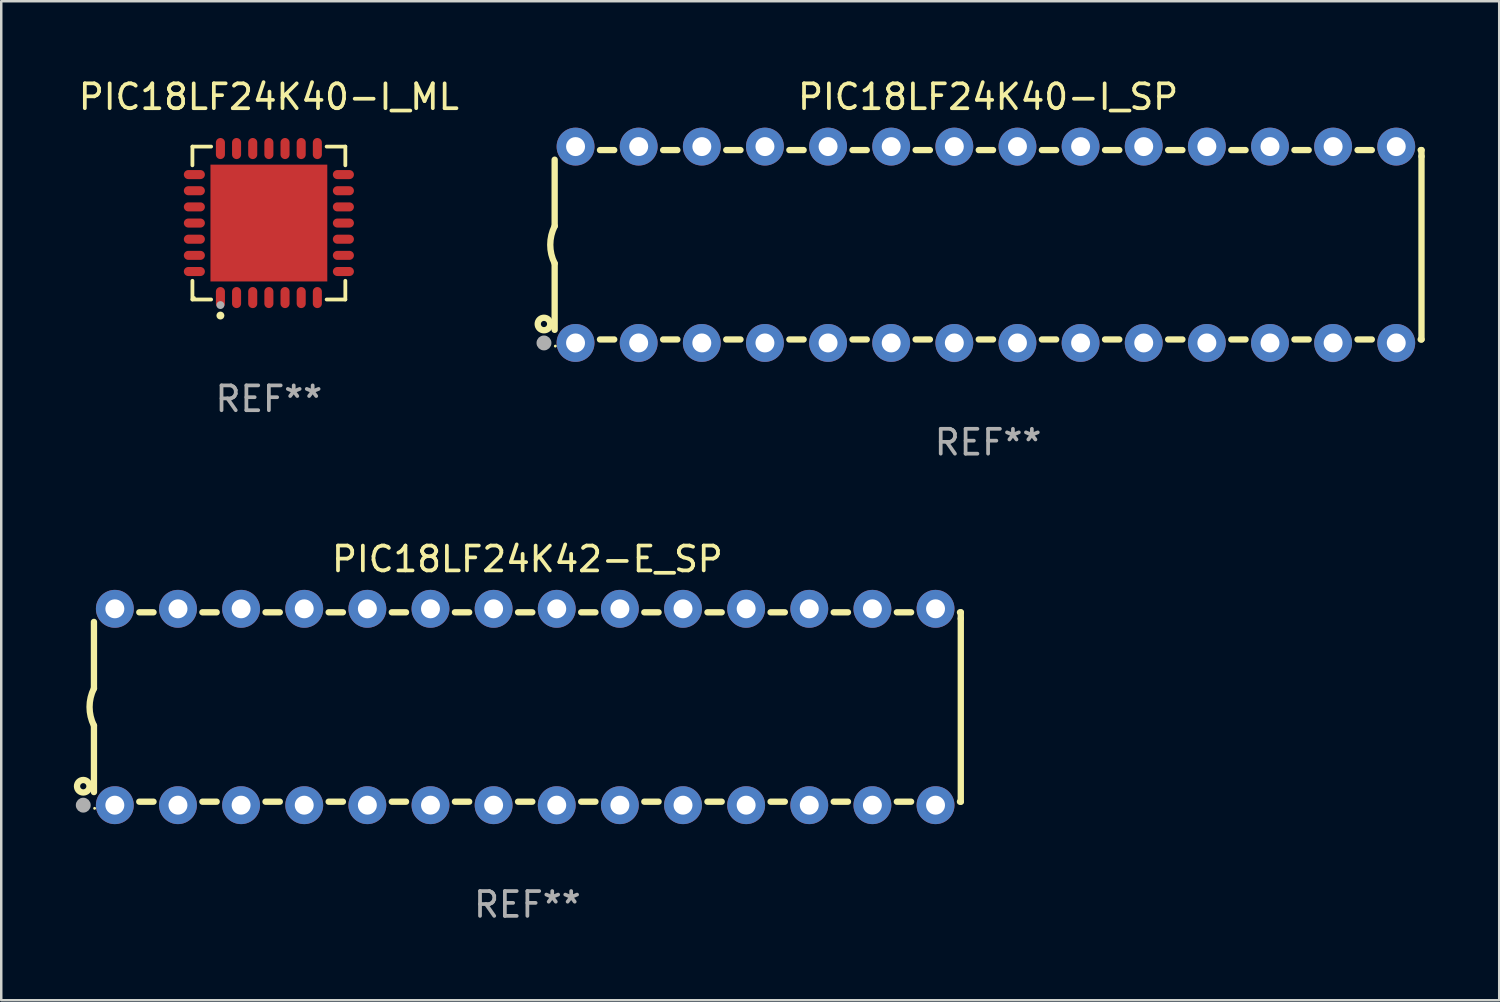
<source format=kicad_pcb>
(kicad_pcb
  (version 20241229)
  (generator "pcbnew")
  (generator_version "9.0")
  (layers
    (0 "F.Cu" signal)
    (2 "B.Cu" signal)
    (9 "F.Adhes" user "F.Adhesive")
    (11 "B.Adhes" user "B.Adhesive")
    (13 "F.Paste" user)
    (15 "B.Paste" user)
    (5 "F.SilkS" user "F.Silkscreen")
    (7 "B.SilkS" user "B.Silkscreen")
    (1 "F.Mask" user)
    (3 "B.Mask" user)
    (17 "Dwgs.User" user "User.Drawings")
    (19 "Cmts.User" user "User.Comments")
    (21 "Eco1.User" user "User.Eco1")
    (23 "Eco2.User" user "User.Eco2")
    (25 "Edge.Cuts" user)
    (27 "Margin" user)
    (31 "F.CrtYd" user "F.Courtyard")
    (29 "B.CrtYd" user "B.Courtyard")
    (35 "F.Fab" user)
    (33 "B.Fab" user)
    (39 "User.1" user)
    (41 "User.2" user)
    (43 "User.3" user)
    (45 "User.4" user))
  (footprint "PIC18LF24K42-E_SP"
    (layer "F.Cu")
    (at 18.168 25.395)
    (property "Reference" "PIC18LF24K42-E_SP" (at 0 -5.95 0) (layer "F.SilkS") (effects (font (size 1 1) (thickness 0.15))))
    (attr through_hole)
    (fp_line (start -17.438 0.75) (end -17.438 3.423) (stroke (width 0.254) (type solid)) (layer "F.SilkS"))
    (fp_line (start -17.438 -3.423) (end -17.438 -0.75) (stroke (width 0.254) (type solid)) (layer "F.SilkS"))
    (fp_line (start -15.615 3.81) (end -15.041 3.81) (stroke (width 0.254) (type solid)) (layer "F.SilkS"))
    (fp_line (start -15.041 -3.81) (end -15.614 -3.81) (stroke (width 0.254) (type solid)) (layer "F.SilkS"))
    (fp_line (start -13.075 3.81) (end -12.501 3.81) (stroke (width 0.254) (type solid)) (layer "F.SilkS"))
    (fp_line (start -12.501 -3.81) (end -13.074 -3.81) (stroke (width 0.254) (type solid)) (layer "F.SilkS"))
    (fp_line (start -10.535 3.81) (end -9.961 3.81) (stroke (width 0.254) (type solid)) (layer "F.SilkS"))
    (fp_line (start -9.961 -3.81) (end -10.534 -3.81) (stroke (width 0.254) (type solid)) (layer "F.SilkS"))
    (fp_line (start -7.995 3.81) (end -7.421 3.81) (stroke (width 0.254) (type solid)) (layer "F.SilkS"))
    (fp_line (start -7.421 -3.81) (end -7.995 -3.81) (stroke (width 0.254) (type solid)) (layer "F.SilkS"))
    (fp_line (start -5.455 3.81) (end -4.881 3.81) (stroke (width 0.254) (type solid)) (layer "F.SilkS"))
    (fp_line (start -4.881 -3.81) (end -5.455 -3.81) (stroke (width 0.254) (type solid)) (layer "F.SilkS"))
    (fp_line (start -2.915 3.81) (end -2.341 3.81) (stroke (width 0.254) (type solid)) (layer "F.SilkS"))
    (fp_line (start -2.341 -3.81) (end -2.915 -3.81) (stroke (width 0.254) (type solid)) (layer "F.SilkS"))
    (fp_line (start -0.375 3.81) (end 0.199 3.81) (stroke (width 0.254) (type solid)) (layer "F.SilkS"))
    (fp_line (start 0.199 -3.81) (end -0.375 -3.81) (stroke (width 0.254) (type solid)) (layer "F.SilkS"))
    (fp_line (start 2.165 3.81) (end 2.739 3.81) (stroke (width 0.254) (type solid)) (layer "F.SilkS"))
    (fp_line (start 2.739 -3.81) (end 2.165 -3.81) (stroke (width 0.254) (type solid)) (layer "F.SilkS"))
    (fp_line (start 4.705 3.81) (end 5.279 3.81) (stroke (width 0.254) (type solid)) (layer "F.SilkS"))
    (fp_line (start 5.279 -3.81) (end 4.705 -3.81) (stroke (width 0.254) (type solid)) (layer "F.SilkS"))
    (fp_line (start 7.245 3.81) (end 7.819 3.81) (stroke (width 0.254) (type solid)) (layer "F.SilkS"))
    (fp_line (start 7.819 -3.81) (end 7.245 -3.81) (stroke (width 0.254) (type solid)) (layer "F.SilkS"))
    (fp_line (start 9.785 3.81) (end 10.359 3.81) (stroke (width 0.254) (type solid)) (layer "F.SilkS"))
    (fp_line (start 10.359 -3.81) (end 9.785 -3.81) (stroke (width 0.254) (type solid)) (layer "F.SilkS"))
    (fp_line (start 12.325 3.81) (end 12.899 3.81) (stroke (width 0.254) (type solid)) (layer "F.SilkS"))
    (fp_line (start 12.899 -3.81) (end 12.325 -3.81) (stroke (width 0.254) (type solid)) (layer "F.SilkS"))
    (fp_line (start 14.865 3.81) (end 15.439 3.81) (stroke (width 0.254) (type solid)) (layer "F.SilkS"))
    (fp_line (start 15.439 -3.81) (end 14.865 -3.81) (stroke (width 0.254) (type solid)) (layer "F.SilkS"))
    (fp_line (start 17.405 3.81) (end 17.438 3.81) (stroke (width 0.254) (type solid)) (layer "F.SilkS"))
    (fp_line (start 17.438 -3.81) (end 17.405 -3.81) (stroke (width 0.254) (type solid)) (layer "F.SilkS"))
    (fp_line (start 17.438 -3.556) (end 17.438 -3.81) (stroke (width 0.254) (type solid)) (layer "F.SilkS"))
    (fp_line (start 17.438 3.81) (end 17.438 -3.556) (stroke (width 0.254) (type solid)) (layer "F.SilkS"))
    (fp_arc (start -17.437986 0.749657) (mid -17.614887 -0.000024) (end -17.437783 -0.749657) (stroke (width 0.254001) (type solid)) (layer "F.SilkS"))
    (fp_circle (center -17.868 3.188) (end -17.743 3.188) (stroke (width 0.254) (type solid)) (fill no) (layer "F.SilkS"))
    (fp_circle (center -17.411 4.077) (end -17.381 4.077) (stroke (width 0.06) (type solid)) (fill no) (layer "F.SilkS"))
    (fp_circle (center -17.868 3.95) (end -17.718 3.95) (stroke (width 0.3) (type solid)) (fill no) (layer "F.Fab"))
    (fp_text user "REF**" (at 0 7.95 0) (layer "F.Fab") (effects (font (size 1 1) (thickness 0.15))))
    (pad "1" thru_hole circle (at -16.598 3.95) (size 1.524 1.524) (drill 0.762) (layers "*.Cu" "*.Mask"))
    (pad "2" thru_hole circle (at -14.058 3.95) (size 1.524 1.524) (drill 0.762) (layers "*.Cu" "*.Mask"))
    (pad "3" thru_hole circle (at -11.518 3.95) (size 1.524 1.524) (drill 0.762) (layers "*.Cu" "*.Mask"))
    (pad "4" thru_hole circle (at -8.978 3.95) (size 1.524 1.524) (drill 0.762) (layers "*.Cu" "*.Mask"))
    (pad "5" thru_hole circle (at -6.438 3.95) (size 1.524 1.524) (drill 0.762) (layers "*.Cu" "*.Mask"))
    (pad "6" thru_hole circle (at -3.898 3.95) (size 1.524 1.524) (drill 0.762) (layers "*.Cu" "*.Mask"))
    (pad "7" thru_hole circle (at -1.358 3.95) (size 1.524 1.524) (drill 0.762) (layers "*.Cu" "*.Mask"))
    (pad "8" thru_hole circle (at 1.182 3.95) (size 1.524 1.524) (drill 0.762) (layers "*.Cu" "*.Mask"))
    (pad "9" thru_hole circle (at 3.722 3.95) (size 1.524 1.524) (drill 0.762) (layers "*.Cu" "*.Mask"))
    (pad "10" thru_hole circle (at 6.262 3.95) (size 1.524 1.524) (drill 0.762) (layers "*.Cu" "*.Mask"))
    (pad "11" thru_hole circle (at 8.802 3.95) (size 1.524 1.524) (drill 0.762) (layers "*.Cu" "*.Mask"))
    (pad "12" thru_hole circle (at 11.342 3.95) (size 1.524 1.524) (drill 0.762) (layers "*.Cu" "*.Mask"))
    (pad "13" thru_hole circle (at 13.882 3.95) (size 1.524 1.524) (drill 0.762) (layers "*.Cu" "*.Mask"))
    (pad "14" thru_hole circle (at 16.422 3.95) (size 1.524 1.524) (drill 0.762) (layers "*.Cu" "*.Mask"))
    (pad "15" thru_hole circle (at 16.422 -3.95) (size 1.524 1.524) (drill 0.762) (layers "*.Cu" "*.Mask"))
    (pad "16" thru_hole circle (at 13.882 -3.95) (size 1.524 1.524) (drill 0.762) (layers "*.Cu" "*.Mask"))
    (pad "17" thru_hole circle (at 11.342 -3.95) (size 1.524 1.524) (drill 0.762) (layers "*.Cu" "*.Mask"))
    (pad "18" thru_hole circle (at 8.802 -3.95) (size 1.524 1.524) (drill 0.762) (layers "*.Cu" "*.Mask"))
    (pad "19" thru_hole circle (at 6.262 -3.95) (size 1.524 1.524) (drill 0.762) (layers "*.Cu" "*.Mask"))
    (pad "20" thru_hole circle (at 3.722 -3.95) (size 1.524 1.524) (drill 0.762) (layers "*.Cu" "*.Mask"))
    (pad "21" thru_hole circle (at 1.182 -3.95) (size 1.524 1.524) (drill 0.762) (layers "*.Cu" "*.Mask"))
    (pad "22" thru_hole circle (at -1.358 -3.95) (size 1.524 1.524) (drill 0.762) (layers "*.Cu" "*.Mask"))
    (pad "23" thru_hole circle (at -3.898 -3.95) (size 1.524 1.524) (drill 0.762) (layers "*.Cu" "*.Mask"))
    (pad "24" thru_hole circle (at -6.438 -3.95) (size 1.524 1.524) (drill 0.762) (layers "*.Cu" "*.Mask"))
    (pad "25" thru_hole circle (at -8.978 -3.95) (size 1.524 1.524) (drill 0.762) (layers "*.Cu" "*.Mask"))
    (pad "26" thru_hole circle (at -11.517 -3.95) (size 1.524 1.524) (drill 0.762) (layers "*.Cu" "*.Mask"))
    (pad "27" thru_hole circle (at -14.057 -3.95) (size 1.524 1.524) (drill 0.762) (layers "*.Cu" "*.Mask"))
    (pad "28" thru_hole circle (at -16.597 -3.95) (size 1.524 1.524) (drill 0.762) (layers "*.Cu" "*.Mask")))
  (footprint "PIC18LF24K40-I_ML"
    (layer "F.Cu")
    (at 7.768 5.924)
    (property "Reference" "PIC18LF24K40-I_ML" (at 0 -5.076 0) (layer "F.SilkS") (effects (font (size 1 1) (thickness 0.15))))
    (attr through_hole)
    (fp_line (start -3.076 -3.076) (end -2.323 -3.076) (stroke (width 0.152) (type solid)) (layer "F.SilkS"))
    (fp_line (start -3.076 -2.323) (end -3.076 -3.076) (stroke (width 0.152) (type solid)) (layer "F.SilkS"))
    (fp_line (start -3.076 2.323) (end -3.076 3.076) (stroke (width 0.152) (type solid)) (layer "F.SilkS"))
    (fp_line (start -3.076 3.076) (end -2.323 3.076) (stroke (width 0.152) (type solid)) (layer "F.SilkS"))
    (fp_line (start 3.076 -3.076) (end 2.323 -3.076) (stroke (width 0.152) (type solid)) (layer "F.SilkS"))
    (fp_line (start 3.076 -2.323) (end 3.076 -3.076) (stroke (width 0.152) (type solid)) (layer "F.SilkS"))
    (fp_line (start 3.076 2.323) (end 3.076 3.076) (stroke (width 0.152) (type solid)) (layer "F.SilkS"))
    (fp_line (start 3.076 3.076) (end 2.323 3.076) (stroke (width 0.152) (type solid)) (layer "F.SilkS"))
    (fp_circle (center -3 3) (end -2.97 3) (stroke (width 0.06) (type solid)) (fill no) (layer "F.SilkS"))
    (fp_circle (center -1.95 3.722) (end -1.87 3.722) (stroke (width 0.16) (type solid)) (fill no) (layer "F.SilkS"))
    (fp_circle (center -1.95 3.3) (end -1.87 3.3) (stroke (width 0.16) (type solid)) (fill no) (layer "F.Fab"))
    (fp_text user "REF**" (at 0 7.076 0) (layer "F.Fab") (effects (font (size 1 1) (thickness 0.15))))
    (pad "1" smd oval (at -1.95 2.998) (size 0.364 0.847) (layers "F.Cu" "F.Mask" "F.Paste"))
    (pad "2" smd oval (at -1.3 2.998) (size 0.364 0.847) (layers "F.Cu" "F.Mask" "F.Paste"))
    (pad "3" smd oval (at -0.65 2.998) (size 0.364 0.847) (layers "F.Cu" "F.Mask" "F.Paste"))
    (pad "4" smd oval (at 0 2.998) (size 0.364 0.847) (layers "F.Cu" "F.Mask" "F.Paste"))
    (pad "5" smd oval (at 0.65 2.998) (size 0.364 0.847) (layers "F.Cu" "F.Mask" "F.Paste"))
    (pad "6" smd oval (at 1.3 2.998) (size 0.364 0.847) (layers "F.Cu" "F.Mask" "F.Paste"))
    (pad "7" smd oval (at 1.95 2.998) (size 0.364 0.847) (layers "F.Cu" "F.Mask" "F.Paste"))
    (pad "8" smd oval (at 2.998 1.95) (size 0.847 0.364) (layers "F.Cu" "F.Mask" "F.Paste"))
    (pad "9" smd oval (at 2.998 1.3) (size 0.847 0.364) (layers "F.Cu" "F.Mask" "F.Paste"))
    (pad "10" smd oval (at 2.998 0.65) (size 0.847 0.364) (layers "F.Cu" "F.Mask" "F.Paste"))
    (pad "11" smd oval (at 2.998 0) (size 0.847 0.364) (layers "F.Cu" "F.Mask" "F.Paste"))
    (pad "12" smd oval (at 2.998 -0.65) (size 0.847 0.364) (layers "F.Cu" "F.Mask" "F.Paste"))
    (pad "13" smd oval (at 2.998 -1.3) (size 0.847 0.364) (layers "F.Cu" "F.Mask" "F.Paste"))
    (pad "14" smd oval (at 2.998 -1.95) (size 0.847 0.364) (layers "F.Cu" "F.Mask" "F.Paste"))
    (pad "15" smd oval (at 1.95 -2.998) (size 0.364 0.847) (layers "F.Cu" "F.Mask" "F.Paste"))
    (pad "16" smd oval (at 1.3 -2.998) (size 0.364 0.847) (layers "F.Cu" "F.Mask" "F.Paste"))
    (pad "17" smd oval (at 0.65 -2.998) (size 0.364 0.847) (layers "F.Cu" "F.Mask" "F.Paste"))
    (pad "18" smd oval (at 0 -2.998) (size 0.364 0.847) (layers "F.Cu" "F.Mask" "F.Paste"))
    (pad "19" smd oval (at -0.65 -2.998) (size 0.364 0.847) (layers "F.Cu" "F.Mask" "F.Paste"))
    (pad "20" smd oval (at -1.3 -2.998) (size 0.364 0.847) (layers "F.Cu" "F.Mask" "F.Paste"))
    (pad "21" smd oval (at -1.95 -2.998) (size 0.364 0.847) (layers "F.Cu" "F.Mask" "F.Paste"))
    (pad "22" smd oval (at -2.998 -1.95) (size 0.847 0.364) (layers "F.Cu" "F.Mask" "F.Paste"))
    (pad "23" smd oval (at -2.998 -1.3) (size 0.847 0.364) (layers "F.Cu" "F.Mask" "F.Paste"))
    (pad "24" smd oval (at -2.998 -0.65) (size 0.847 0.364) (layers "F.Cu" "F.Mask" "F.Paste"))
    (pad "25" smd oval (at -2.998 0) (size 0.847 0.364) (layers "F.Cu" "F.Mask" "F.Paste"))
    (pad "26" smd oval (at -2.998 0.65) (size 0.847 0.364) (layers "F.Cu" "F.Mask" "F.Paste"))
    (pad "27" smd oval (at -2.998 1.3) (size 0.847 0.364) (layers "F.Cu" "F.Mask" "F.Paste"))
    (pad "28" smd oval (at -2.998 1.95) (size 0.847 0.364) (layers "F.Cu" "F.Mask" "F.Paste"))
    (pad "29" smd rect (at 0 0) (size 4.7 4.7) (layers "F.Cu" "F.Mask" "F.Paste")))
  (footprint "PIC18LF24K40-I_SP"
    (layer "F.Cu")
    (at 36.704 6.798)
    (property "Reference" "PIC18LF24K40-I_SP" (at 0 -5.95 0) (layer "F.SilkS") (effects (font (size 1 1) (thickness 0.15))))
    (attr through_hole)
    (fp_line (start -17.438 0.75) (end -17.438 3.423) (stroke (width 0.254) (type solid)) (layer "F.SilkS"))
    (fp_line (start -17.438 -3.423) (end -17.438 -0.75) (stroke (width 0.254) (type solid)) (layer "F.SilkS"))
    (fp_line (start -15.615 3.81) (end -15.041 3.81) (stroke (width 0.254) (type solid)) (layer "F.SilkS"))
    (fp_line (start -15.041 -3.81) (end -15.614 -3.81) (stroke (width 0.254) (type solid)) (layer "F.SilkS"))
    (fp_line (start -13.075 3.81) (end -12.501 3.81) (stroke (width 0.254) (type solid)) (layer "F.SilkS"))
    (fp_line (start -12.501 -3.81) (end -13.074 -3.81) (stroke (width 0.254) (type solid)) (layer "F.SilkS"))
    (fp_line (start -10.535 3.81) (end -9.961 3.81) (stroke (width 0.254) (type solid)) (layer "F.SilkS"))
    (fp_line (start -9.961 -3.81) (end -10.534 -3.81) (stroke (width 0.254) (type solid)) (layer "F.SilkS"))
    (fp_line (start -7.995 3.81) (end -7.421 3.81) (stroke (width 0.254) (type solid)) (layer "F.SilkS"))
    (fp_line (start -7.421 -3.81) (end -7.995 -3.81) (stroke (width 0.254) (type solid)) (layer "F.SilkS"))
    (fp_line (start -5.455 3.81) (end -4.881 3.81) (stroke (width 0.254) (type solid)) (layer "F.SilkS"))
    (fp_line (start -4.881 -3.81) (end -5.455 -3.81) (stroke (width 0.254) (type solid)) (layer "F.SilkS"))
    (fp_line (start -2.915 3.81) (end -2.341 3.81) (stroke (width 0.254) (type solid)) (layer "F.SilkS"))
    (fp_line (start -2.341 -3.81) (end -2.915 -3.81) (stroke (width 0.254) (type solid)) (layer "F.SilkS"))
    (fp_line (start -0.375 3.81) (end 0.199 3.81) (stroke (width 0.254) (type solid)) (layer "F.SilkS"))
    (fp_line (start 0.199 -3.81) (end -0.375 -3.81) (stroke (width 0.254) (type solid)) (layer "F.SilkS"))
    (fp_line (start 2.165 3.81) (end 2.739 3.81) (stroke (width 0.254) (type solid)) (layer "F.SilkS"))
    (fp_line (start 2.739 -3.81) (end 2.165 -3.81) (stroke (width 0.254) (type solid)) (layer "F.SilkS"))
    (fp_line (start 4.705 3.81) (end 5.279 3.81) (stroke (width 0.254) (type solid)) (layer "F.SilkS"))
    (fp_line (start 5.279 -3.81) (end 4.705 -3.81) (stroke (width 0.254) (type solid)) (layer "F.SilkS"))
    (fp_line (start 7.245 3.81) (end 7.819 3.81) (stroke (width 0.254) (type solid)) (layer "F.SilkS"))
    (fp_line (start 7.819 -3.81) (end 7.245 -3.81) (stroke (width 0.254) (type solid)) (layer "F.SilkS"))
    (fp_line (start 9.785 3.81) (end 10.359 3.81) (stroke (width 0.254) (type solid)) (layer "F.SilkS"))
    (fp_line (start 10.359 -3.81) (end 9.785 -3.81) (stroke (width 0.254) (type solid)) (layer "F.SilkS"))
    (fp_line (start 12.325 3.81) (end 12.899 3.81) (stroke (width 0.254) (type solid)) (layer "F.SilkS"))
    (fp_line (start 12.899 -3.81) (end 12.325 -3.81) (stroke (width 0.254) (type solid)) (layer "F.SilkS"))
    (fp_line (start 14.865 3.81) (end 15.439 3.81) (stroke (width 0.254) (type solid)) (layer "F.SilkS"))
    (fp_line (start 15.439 -3.81) (end 14.865 -3.81) (stroke (width 0.254) (type solid)) (layer "F.SilkS"))
    (fp_line (start 17.405 3.81) (end 17.438 3.81) (stroke (width 0.254) (type solid)) (layer "F.SilkS"))
    (fp_line (start 17.438 -3.81) (end 17.405 -3.81) (stroke (width 0.254) (type solid)) (layer "F.SilkS"))
    (fp_line (start 17.438 -3.556) (end 17.438 -3.81) (stroke (width 0.254) (type solid)) (layer "F.SilkS"))
    (fp_line (start 17.438 3.81) (end 17.438 -3.556) (stroke (width 0.254) (type solid)) (layer "F.SilkS"))
    (fp_arc (start -17.437986 0.749657) (mid -17.614887 -0.000024) (end -17.437783 -0.749657) (stroke (width 0.254001) (type solid)) (layer "F.SilkS"))
    (fp_circle (center -17.868 3.188) (end -17.743 3.188) (stroke (width 0.254) (type solid)) (fill no) (layer "F.SilkS"))
    (fp_circle (center -17.411 4.077) (end -17.381 4.077) (stroke (width 0.06) (type solid)) (fill no) (layer "F.SilkS"))
    (fp_circle (center -17.868 3.95) (end -17.718 3.95) (stroke (width 0.3) (type solid)) (fill no) (layer "F.Fab"))
    (fp_text user "REF**" (at 0 7.95 0) (layer "F.Fab") (effects (font (size 1 1) (thickness 0.15))))
    (pad "1" thru_hole circle (at -16.598 3.95) (size 1.524 1.524) (drill 0.762) (layers "*.Cu" "*.Mask"))
    (pad "2" thru_hole circle (at -14.058 3.95) (size 1.524 1.524) (drill 0.762) (layers "*.Cu" "*.Mask"))
    (pad "3" thru_hole circle (at -11.518 3.95) (size 1.524 1.524) (drill 0.762) (layers "*.Cu" "*.Mask"))
    (pad "4" thru_hole circle (at -8.978 3.95) (size 1.524 1.524) (drill 0.762) (layers "*.Cu" "*.Mask"))
    (pad "5" thru_hole circle (at -6.438 3.95) (size 1.524 1.524) (drill 0.762) (layers "*.Cu" "*.Mask"))
    (pad "6" thru_hole circle (at -3.898 3.95) (size 1.524 1.524) (drill 0.762) (layers "*.Cu" "*.Mask"))
    (pad "7" thru_hole circle (at -1.358 3.95) (size 1.524 1.524) (drill 0.762) (layers "*.Cu" "*.Mask"))
    (pad "8" thru_hole circle (at 1.182 3.95) (size 1.524 1.524) (drill 0.762) (layers "*.Cu" "*.Mask"))
    (pad "9" thru_hole circle (at 3.722 3.95) (size 1.524 1.524) (drill 0.762) (layers "*.Cu" "*.Mask"))
    (pad "10" thru_hole circle (at 6.262 3.95) (size 1.524 1.524) (drill 0.762) (layers "*.Cu" "*.Mask"))
    (pad "11" thru_hole circle (at 8.802 3.95) (size 1.524 1.524) (drill 0.762) (layers "*.Cu" "*.Mask"))
    (pad "12" thru_hole circle (at 11.342 3.95) (size 1.524 1.524) (drill 0.762) (layers "*.Cu" "*.Mask"))
    (pad "13" thru_hole circle (at 13.882 3.95) (size 1.524 1.524) (drill 0.762) (layers "*.Cu" "*.Mask"))
    (pad "14" thru_hole circle (at 16.422 3.95) (size 1.524 1.524) (drill 0.762) (layers "*.Cu" "*.Mask"))
    (pad "15" thru_hole circle (at 16.422 -3.95) (size 1.524 1.524) (drill 0.762) (layers "*.Cu" "*.Mask"))
    (pad "16" thru_hole circle (at 13.882 -3.95) (size 1.524 1.524) (drill 0.762) (layers "*.Cu" "*.Mask"))
    (pad "17" thru_hole circle (at 11.342 -3.95) (size 1.524 1.524) (drill 0.762) (layers "*.Cu" "*.Mask"))
    (pad "18" thru_hole circle (at 8.802 -3.95) (size 1.524 1.524) (drill 0.762) (layers "*.Cu" "*.Mask"))
    (pad "19" thru_hole circle (at 6.262 -3.95) (size 1.524 1.524) (drill 0.762) (layers "*.Cu" "*.Mask"))
    (pad "20" thru_hole circle (at 3.722 -3.95) (size 1.524 1.524) (drill 0.762) (layers "*.Cu" "*.Mask"))
    (pad "21" thru_hole circle (at 1.182 -3.95) (size 1.524 1.524) (drill 0.762) (layers "*.Cu" "*.Mask"))
    (pad "22" thru_hole circle (at -1.358 -3.95) (size 1.524 1.524) (drill 0.762) (layers "*.Cu" "*.Mask"))
    (pad "23" thru_hole circle (at -3.898 -3.95) (size 1.524 1.524) (drill 0.762) (layers "*.Cu" "*.Mask"))
    (pad "24" thru_hole circle (at -6.438 -3.95) (size 1.524 1.524) (drill 0.762) (layers "*.Cu" "*.Mask"))
    (pad "25" thru_hole circle (at -8.978 -3.95) (size 1.524 1.524) (drill 0.762) (layers "*.Cu" "*.Mask"))
    (pad "26" thru_hole circle (at -11.517 -3.95) (size 1.524 1.524) (drill 0.762) (layers "*.Cu" "*.Mask"))
    (pad "27" thru_hole circle (at -14.057 -3.95) (size 1.524 1.524) (drill 0.762) (layers "*.Cu" "*.Mask"))
    (pad "28" thru_hole circle (at -16.597 -3.95) (size 1.524 1.524) (drill 0.762) (layers "*.Cu" "*.Mask")))
  (gr_rect
    (start -3 -3)
    (end 57.269 37.193)
    (stroke (width 0.1) (type default))
    (fill no)
    (layer "Edge.Cuts")))
</source>
